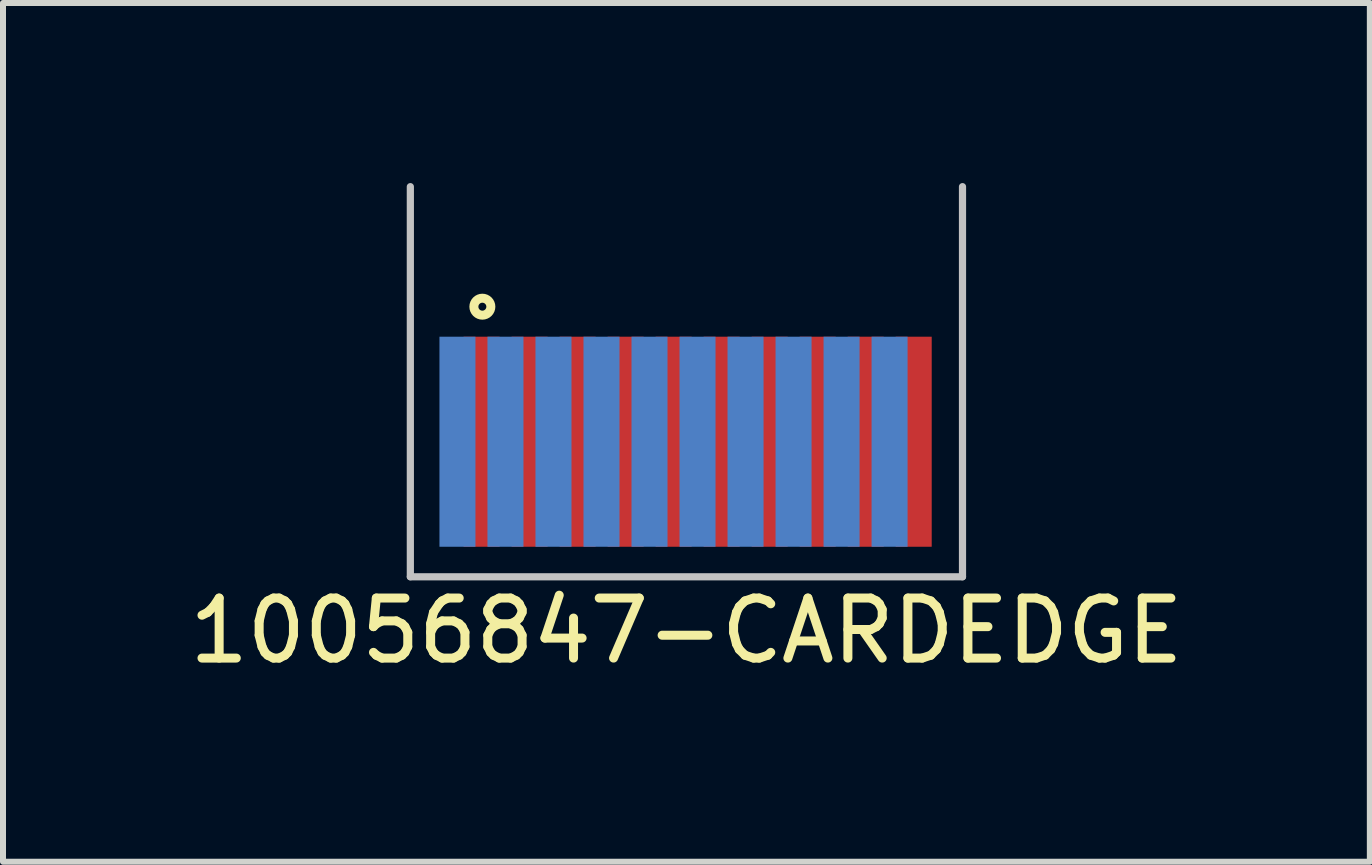
<source format=kicad_pcb>
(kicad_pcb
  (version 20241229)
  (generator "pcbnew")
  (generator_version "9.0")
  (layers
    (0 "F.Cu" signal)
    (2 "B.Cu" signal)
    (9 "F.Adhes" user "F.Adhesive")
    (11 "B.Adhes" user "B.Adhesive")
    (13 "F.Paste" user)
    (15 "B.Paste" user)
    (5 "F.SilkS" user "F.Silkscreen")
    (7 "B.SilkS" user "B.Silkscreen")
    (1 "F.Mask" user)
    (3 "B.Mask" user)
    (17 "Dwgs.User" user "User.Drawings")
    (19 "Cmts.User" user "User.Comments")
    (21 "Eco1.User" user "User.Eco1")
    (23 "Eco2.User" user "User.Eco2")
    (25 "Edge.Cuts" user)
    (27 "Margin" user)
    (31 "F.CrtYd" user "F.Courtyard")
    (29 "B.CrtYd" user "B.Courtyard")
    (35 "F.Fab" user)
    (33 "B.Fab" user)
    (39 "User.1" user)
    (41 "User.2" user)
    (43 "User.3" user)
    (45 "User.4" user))
  (footprint "10056847-CARDEDGE"
    (layer "F.Cu")
    (at 8.387 4.56)
    (property "Reference" "10056847-CARDEDGE" (at 0 2.9 0) (layer "F.SilkS") (effects (font (size 1 1) (thickness 0.15))))
    (attr smd)
    (fp_circle (center -3.4 -2.5) (end -3.5 -2.6) (stroke (width 0.15) (type solid)) (fill no) (layer "F.SilkS"))
    (fp_line (start -4.6 2) (end -4.6 -4.5) (stroke (width 0.12) (type solid)) (layer "Dwgs.User"))
    (fp_line (start 4.6 -4.5) (end 4.6 2) (stroke (width 0.12) (type solid)) (layer "Dwgs.User"))
    (fp_line (start 4.6 2) (end -4.6 2) (stroke (width 0.12) (type solid)) (layer "Dwgs.User"))
    (pad "1" smd rect (at -3.413 -0.25) (size 0.6 3.5) (layers "F.Cu" "F.Mask" "F.Paste"))
    (pad "2" smd rect (at -2.613 -0.25) (size 0.6 3.5) (layers "F.Cu" "F.Mask" "F.Paste"))
    (pad "3" smd rect (at -1.813 -0.25) (size 0.6 3.5) (layers "F.Cu" "F.Mask" "F.Paste"))
    (pad "4" smd rect (at -1.013 -0.25) (size 0.6 3.5) (layers "F.Cu" "F.Mask" "F.Paste"))
    (pad "5" smd rect (at -0.213 -0.25) (size 0.6 3.5) (layers "F.Cu" "F.Mask" "F.Paste"))
    (pad "6" smd rect (at 0.587 -0.25) (size 0.6 3.5) (layers "F.Cu" "F.Mask" "F.Paste"))
    (pad "7" smd rect (at 1.387 -0.25) (size 0.6 3.5) (layers "F.Cu" "F.Mask" "F.Paste"))
    (pad "8" smd rect (at 2.187 -0.25) (size 0.6 3.5) (layers "F.Cu" "F.Mask" "F.Paste"))
    (pad "9" smd rect (at 2.987 -0.25) (size 0.6 3.5) (layers "F.Cu" "F.Mask" "F.Paste"))
    (pad "10" smd rect (at 3.787 -0.25) (size 0.6 3.5) (layers "F.Cu" "F.Mask" "F.Paste"))
    (pad "11" smd rect (at -3.815 -0.25 180) (size 0.6 3.5) (layers "B.Cu" "B.Mask" "B.Paste"))
    (pad "12" smd rect (at -3.015 -0.25 180) (size 0.6 3.5) (layers "B.Cu" "B.Mask" "B.Paste"))
    (pad "13" smd rect (at -2.215 -0.25 180) (size 0.6 3.5) (layers "B.Cu" "B.Mask" "B.Paste"))
    (pad "14" smd rect (at -1.415 -0.25 180) (size 0.6 3.5) (layers "B.Cu" "B.Mask" "B.Paste"))
    (pad "15" smd rect (at -0.615 -0.25 180) (size 0.6 3.5) (layers "B.Cu" "B.Mask" "B.Paste"))
    (pad "16" smd rect (at 0.185 -0.25 180) (size 0.6 3.5) (layers "B.Cu" "B.Mask" "B.Paste"))
    (pad "17" smd rect (at 0.985 -0.25 180) (size 0.6 3.5) (layers "B.Cu" "B.Mask" "B.Paste"))
    (pad "18" smd rect (at 1.785 -0.25 180) (size 0.6 3.5) (layers "B.Cu" "B.Mask" "B.Paste"))
    (pad "19" smd rect (at 2.585 -0.25 180) (size 0.6 3.5) (layers "B.Cu" "B.Mask" "B.Paste"))
    (pad "20" smd rect (at 3.385 -0.25 180) (size 0.6 3.5) (layers "B.Cu" "B.Mask" "B.Paste")))
  (gr_rect
    (start -3 -3)
    (end 19.774 11.308)
    (stroke (width 0.1) (type default))
    (fill no)
    (layer "Edge.Cuts")))
</source>
